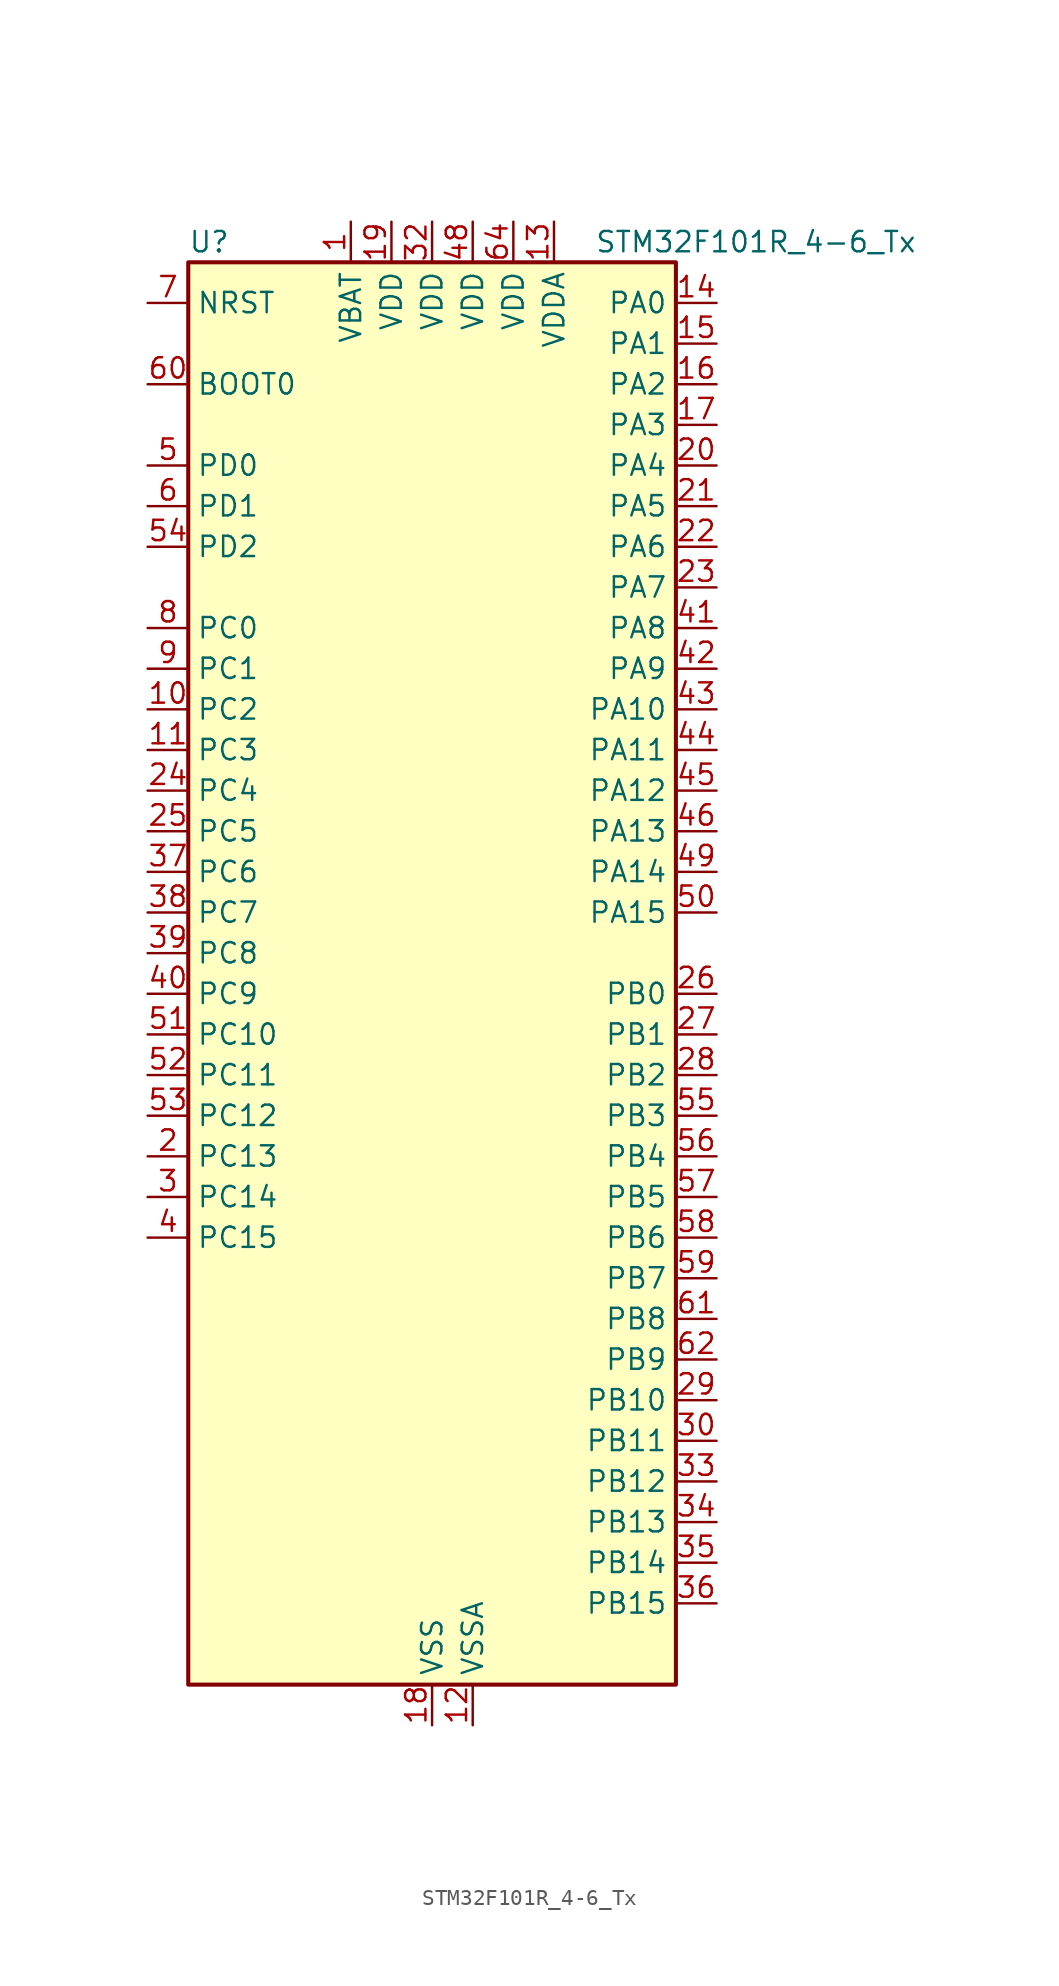
<source format=kicad_sym>
(kicad_symbol_lib
  (version 20231120)
  (generator "kicad_symbol_editor")
  (generator_version "8.0")
  (symbol "STM32F101R_4-6_Tx"
    (property "Reference" "U"
      (at -15.24 46.99 0)
      (effects (font (size 1.27 1.27)) (justify left)))
    (property "Value" "STM32F101R_4-6_Tx"
      (at 10.16 46.99 0)
      (effects (font (size 1.27 1.27)) (justify left)))
    (property "ki_locked" ""
      (at 0 0 0)
      (effects (font (size 1.27 1.27))))
    (symbol "STM32F101R_4-6_Tx_0_1"
      (rectangle (start -15.24 -43.18) (end 15.24 45.72) (stroke (width 0.254) (type default)) (fill (type background))))
    (symbol "STM32F101R_4-6_Tx_1_1"
      (pin power_in line (at -5.08 48.26 270) (length 2.54) (name "VBAT" (effects (font (size 1.27 1.27)))) (number "1" (effects (font (size 1.27 1.27)))))
      (pin bidirectional line (at -17.78 17.78 0) (length 2.54) (name "PC2" (effects (font (size 1.27 1.27)))) (number "10" (effects (font (size 1.27 1.27)))) (alternate "ADC1_IN12" bidirectional line))
      (pin bidirectional line (at -17.78 15.24 0) (length 2.54) (name "PC3" (effects (font (size 1.27 1.27)))) (number "11" (effects (font (size 1.27 1.27)))) (alternate "ADC1_IN13" bidirectional line))
      (pin power_in line (at 2.54 -45.72 90) (length 2.54) (name "VSSA" (effects (font (size 1.27 1.27)))) (number "12" (effects (font (size 1.27 1.27)))))
      (pin power_in line (at 7.62 48.26 270) (length 2.54) (name "VDDA" (effects (font (size 1.27 1.27)))) (number "13" (effects (font (size 1.27 1.27)))))
      (pin bidirectional line (at 17.78 43.18 180) (length 2.54) (name "PA0" (effects (font (size 1.27 1.27)))) (number "14" (effects (font (size 1.27 1.27)))) (alternate "ADC1_IN0" bidirectional line) (alternate "SYS_WKUP" bidirectional line) (alternate "TIM2_CH1" bidirectional line) (alternate "TIM2_ETR" bidirectional line) (alternate "USART2_CTS" bidirectional line))
      (pin bidirectional line (at 17.78 40.64 180) (length 2.54) (name "PA1" (effects (font (size 1.27 1.27)))) (number "15" (effects (font (size 1.27 1.27)))) (alternate "ADC1_IN1" bidirectional line) (alternate "TIM2_CH2" bidirectional line) (alternate "USART2_RTS" bidirectional line))
      (pin bidirectional line (at 17.78 38.1 180) (length 2.54) (name "PA2" (effects (font (size 1.27 1.27)))) (number "16" (effects (font (size 1.27 1.27)))) (alternate "ADC1_IN2" bidirectional line) (alternate "TIM2_CH3" bidirectional line) (alternate "USART2_TX" bidirectional line))
      (pin bidirectional line (at 17.78 35.56 180) (length 2.54) (name "PA3" (effects (font (size 1.27 1.27)))) (number "17" (effects (font (size 1.27 1.27)))) (alternate "ADC1_IN3" bidirectional line) (alternate "TIM2_CH4" bidirectional line) (alternate "USART2_RX" bidirectional line))
      (pin power_in line (at 0 -45.72 90) (length 2.54) (name "VSS" (effects (font (size 1.27 1.27)))) (number "18" (effects (font (size 1.27 1.27)))))
      (pin power_in line (at -2.54 48.26 270) (length 2.54) (name "VDD" (effects (font (size 1.27 1.27)))) (number "19" (effects (font (size 1.27 1.27)))))
      (pin bidirectional line (at -17.78 -10.16 0) (length 2.54) (name "PC13" (effects (font (size 1.27 1.27)))) (number "2" (effects (font (size 1.27 1.27)))) (alternate "RTC_OUT" bidirectional line) (alternate "RTC_TAMPER" bidirectional line))
      (pin bidirectional line (at 17.78 33.02 180) (length 2.54) (name "PA4" (effects (font (size 1.27 1.27)))) (number "20" (effects (font (size 1.27 1.27)))) (alternate "ADC1_IN4" bidirectional line) (alternate "SPI1_NSS" bidirectional line) (alternate "USART2_CK" bidirectional line))
      (pin bidirectional line (at 17.78 30.48 180) (length 2.54) (name "PA5" (effects (font (size 1.27 1.27)))) (number "21" (effects (font (size 1.27 1.27)))) (alternate "ADC1_IN5" bidirectional line) (alternate "SPI1_SCK" bidirectional line))
      (pin bidirectional line (at 17.78 27.94 180) (length 2.54) (name "PA6" (effects (font (size 1.27 1.27)))) (number "22" (effects (font (size 1.27 1.27)))) (alternate "ADC1_IN6" bidirectional line) (alternate "SPI1_MISO" bidirectional line) (alternate "TIM3_CH1" bidirectional line))
      (pin bidirectional line (at 17.78 25.4 180) (length 2.54) (name "PA7" (effects (font (size 1.27 1.27)))) (number "23" (effects (font (size 1.27 1.27)))) (alternate "ADC1_IN7" bidirectional line) (alternate "SPI1_MOSI" bidirectional line) (alternate "TIM3_CH2" bidirectional line))
      (pin bidirectional line (at -17.78 12.7 0) (length 2.54) (name "PC4" (effects (font (size 1.27 1.27)))) (number "24" (effects (font (size 1.27 1.27)))) (alternate "ADC1_IN14" bidirectional line))
      (pin bidirectional line (at -17.78 10.16 0) (length 2.54) (name "PC5" (effects (font (size 1.27 1.27)))) (number "25" (effects (font (size 1.27 1.27)))) (alternate "ADC1_IN15" bidirectional line))
      (pin bidirectional line (at 17.78 0 180) (length 2.54) (name "PB0" (effects (font (size 1.27 1.27)))) (number "26" (effects (font (size 1.27 1.27)))) (alternate "ADC1_IN8" bidirectional line) (alternate "TIM3_CH3" bidirectional line))
      (pin bidirectional line (at 17.78 -2.54 180) (length 2.54) (name "PB1" (effects (font (size 1.27 1.27)))) (number "27" (effects (font (size 1.27 1.27)))) (alternate "ADC1_IN9" bidirectional line) (alternate "TIM3_CH4" bidirectional line))
      (pin bidirectional line (at 17.78 -5.08 180) (length 2.54) (name "PB2" (effects (font (size 1.27 1.27)))) (number "28" (effects (font (size 1.27 1.27)))))
      (pin bidirectional line (at 17.78 -25.4 180) (length 2.54) (name "PB10" (effects (font (size 1.27 1.27)))) (number "29" (effects (font (size 1.27 1.27)))) (alternate "TIM2_CH3" bidirectional line))
      (pin bidirectional line (at -17.78 -12.7 0) (length 2.54) (name "PC14" (effects (font (size 1.27 1.27)))) (number "3" (effects (font (size 1.27 1.27)))) (alternate "RCC_OSC32_IN" bidirectional line))
      (pin bidirectional line (at 17.78 -27.94 180) (length 2.54) (name "PB11" (effects (font (size 1.27 1.27)))) (number "30" (effects (font (size 1.27 1.27)))) (alternate "ADC1_EXTI11" bidirectional line) (alternate "TIM2_CH4" bidirectional line))
      (pin passive line (at 0 -45.72 90) (length 2.54) hide (name "VSS" (effects (font (size 1.27 1.27)))) (number "31" (effects (font (size 1.27 1.27)))))
      (pin power_in line (at 0 48.26 270) (length 2.54) (name "VDD" (effects (font (size 1.27 1.27)))) (number "32" (effects (font (size 1.27 1.27)))))
      (pin bidirectional line (at 17.78 -30.48 180) (length 2.54) (name "PB12" (effects (font (size 1.27 1.27)))) (number "33" (effects (font (size 1.27 1.27)))))
      (pin bidirectional line (at 17.78 -33.02 180) (length 2.54) (name "PB13" (effects (font (size 1.27 1.27)))) (number "34" (effects (font (size 1.27 1.27)))))
      (pin bidirectional line (at 17.78 -35.56 180) (length 2.54) (name "PB14" (effects (font (size 1.27 1.27)))) (number "35" (effects (font (size 1.27 1.27)))))
      (pin bidirectional line (at 17.78 -38.1 180) (length 2.54) (name "PB15" (effects (font (size 1.27 1.27)))) (number "36" (effects (font (size 1.27 1.27)))) (alternate "ADC1_EXTI15" bidirectional line))
      (pin bidirectional line (at -17.78 7.62 0) (length 2.54) (name "PC6" (effects (font (size 1.27 1.27)))) (number "37" (effects (font (size 1.27 1.27)))) (alternate "TIM3_CH1" bidirectional line))
      (pin bidirectional line (at -17.78 5.08 0) (length 2.54) (name "PC7" (effects (font (size 1.27 1.27)))) (number "38" (effects (font (size 1.27 1.27)))) (alternate "TIM3_CH2" bidirectional line))
      (pin bidirectional line (at -17.78 2.54 0) (length 2.54) (name "PC8" (effects (font (size 1.27 1.27)))) (number "39" (effects (font (size 1.27 1.27)))) (alternate "TIM3_CH3" bidirectional line))
      (pin bidirectional line (at -17.78 -15.24 0) (length 2.54) (name "PC15" (effects (font (size 1.27 1.27)))) (number "4" (effects (font (size 1.27 1.27)))) (alternate "ADC1_EXTI15" bidirectional line) (alternate "RCC_OSC32_OUT" bidirectional line))
      (pin bidirectional line (at -17.78 0 0) (length 2.54) (name "PC9" (effects (font (size 1.27 1.27)))) (number "40" (effects (font (size 1.27 1.27)))) (alternate "TIM3_CH4" bidirectional line))
      (pin bidirectional line (at 17.78 22.86 180) (length 2.54) (name "PA8" (effects (font (size 1.27 1.27)))) (number "41" (effects (font (size 1.27 1.27)))) (alternate "RCC_MCO" bidirectional line) (alternate "USART1_CK" bidirectional line))
      (pin bidirectional line (at 17.78 20.32 180) (length 2.54) (name "PA9" (effects (font (size 1.27 1.27)))) (number "42" (effects (font (size 1.27 1.27)))) (alternate "USART1_TX" bidirectional line))
      (pin bidirectional line (at 17.78 17.78 180) (length 2.54) (name "PA10" (effects (font (size 1.27 1.27)))) (number "43" (effects (font (size 1.27 1.27)))) (alternate "USART1_RX" bidirectional line))
      (pin bidirectional line (at 17.78 15.24 180) (length 2.54) (name "PA11" (effects (font (size 1.27 1.27)))) (number "44" (effects (font (size 1.27 1.27)))) (alternate "ADC1_EXTI11" bidirectional line) (alternate "USART1_CTS" bidirectional line))
      (pin bidirectional line (at 17.78 12.7 180) (length 2.54) (name "PA12" (effects (font (size 1.27 1.27)))) (number "45" (effects (font (size 1.27 1.27)))) (alternate "USART1_RTS" bidirectional line))
      (pin bidirectional line (at 17.78 10.16 180) (length 2.54) (name "PA13" (effects (font (size 1.27 1.27)))) (number "46" (effects (font (size 1.27 1.27)))) (alternate "SYS_JTMS-SWDIO" bidirectional line))
      (pin passive line (at 0 -45.72 90) (length 2.54) hide (name "VSS" (effects (font (size 1.27 1.27)))) (number "47" (effects (font (size 1.27 1.27)))))
      (pin power_in line (at 2.54 48.26 270) (length 2.54) (name "VDD" (effects (font (size 1.27 1.27)))) (number "48" (effects (font (size 1.27 1.27)))))
      (pin bidirectional line (at 17.78 7.62 180) (length 2.54) (name "PA14" (effects (font (size 1.27 1.27)))) (number "49" (effects (font (size 1.27 1.27)))) (alternate "SYS_JTCK-SWCLK" bidirectional line))
      (pin bidirectional line (at -17.78 33.02 0) (length 2.54) (name "PD0" (effects (font (size 1.27 1.27)))) (number "5" (effects (font (size 1.27 1.27)))) (alternate "RCC_OSC_IN" bidirectional line))
      (pin bidirectional line (at 17.78 5.08 180) (length 2.54) (name "PA15" (effects (font (size 1.27 1.27)))) (number "50" (effects (font (size 1.27 1.27)))) (alternate "ADC1_EXTI15" bidirectional line) (alternate "SPI1_NSS" bidirectional line) (alternate "SYS_JTDI" bidirectional line) (alternate "TIM2_CH1" bidirectional line) (alternate "TIM2_ETR" bidirectional line))
      (pin bidirectional line (at -17.78 -2.54 0) (length 2.54) (name "PC10" (effects (font (size 1.27 1.27)))) (number "51" (effects (font (size 1.27 1.27)))))
      (pin bidirectional line (at -17.78 -5.08 0) (length 2.54) (name "PC11" (effects (font (size 1.27 1.27)))) (number "52" (effects (font (size 1.27 1.27)))) (alternate "ADC1_EXTI11" bidirectional line))
      (pin bidirectional line (at -17.78 -7.62 0) (length 2.54) (name "PC12" (effects (font (size 1.27 1.27)))) (number "53" (effects (font (size 1.27 1.27)))))
      (pin bidirectional line (at -17.78 27.94 0) (length 2.54) (name "PD2" (effects (font (size 1.27 1.27)))) (number "54" (effects (font (size 1.27 1.27)))) (alternate "TIM3_ETR" bidirectional line))
      (pin bidirectional line (at 17.78 -7.62 180) (length 2.54) (name "PB3" (effects (font (size 1.27 1.27)))) (number "55" (effects (font (size 1.27 1.27)))) (alternate "SPI1_SCK" bidirectional line) (alternate "SYS_JTDO-TRACESWO" bidirectional line) (alternate "TIM2_CH2" bidirectional line))
      (pin bidirectional line (at 17.78 -10.16 180) (length 2.54) (name "PB4" (effects (font (size 1.27 1.27)))) (number "56" (effects (font (size 1.27 1.27)))) (alternate "SPI1_MISO" bidirectional line) (alternate "SYS_NJTRST" bidirectional line) (alternate "TIM3_CH1" bidirectional line))
      (pin bidirectional line (at 17.78 -12.7 180) (length 2.54) (name "PB5" (effects (font (size 1.27 1.27)))) (number "57" (effects (font (size 1.27 1.27)))) (alternate "I2C1_SMBA" bidirectional line) (alternate "SPI1_MOSI" bidirectional line) (alternate "TIM3_CH2" bidirectional line))
      (pin bidirectional line (at 17.78 -15.24 180) (length 2.54) (name "PB6" (effects (font (size 1.27 1.27)))) (number "58" (effects (font (size 1.27 1.27)))) (alternate "I2C1_SCL" bidirectional line) (alternate "USART1_TX" bidirectional line))
      (pin bidirectional line (at 17.78 -17.78 180) (length 2.54) (name "PB7" (effects (font (size 1.27 1.27)))) (number "59" (effects (font (size 1.27 1.27)))) (alternate "I2C1_SDA" bidirectional line) (alternate "USART1_RX" bidirectional line))
      (pin bidirectional line (at -17.78 30.48 0) (length 2.54) (name "PD1" (effects (font (size 1.27 1.27)))) (number "6" (effects (font (size 1.27 1.27)))) (alternate "RCC_OSC_OUT" bidirectional line))
      (pin input line (at -17.78 38.1 0) (length 2.54) (name "BOOT0" (effects (font (size 1.27 1.27)))) (number "60" (effects (font (size 1.27 1.27)))))
      (pin bidirectional line (at 17.78 -20.32 180) (length 2.54) (name "PB8" (effects (font (size 1.27 1.27)))) (number "61" (effects (font (size 1.27 1.27)))) (alternate "I2C1_SCL" bidirectional line))
      (pin bidirectional line (at 17.78 -22.86 180) (length 2.54) (name "PB9" (effects (font (size 1.27 1.27)))) (number "62" (effects (font (size 1.27 1.27)))) (alternate "I2C1_SDA" bidirectional line))
      (pin passive line (at 0 -45.72 90) (length 2.54) hide (name "VSS" (effects (font (size 1.27 1.27)))) (number "63" (effects (font (size 1.27 1.27)))))
      (pin power_in line (at 5.08 48.26 270) (length 2.54) (name "VDD" (effects (font (size 1.27 1.27)))) (number "64" (effects (font (size 1.27 1.27)))))
      (pin input line (at -17.78 43.18 0) (length 2.54) (name "NRST" (effects (font (size 1.27 1.27)))) (number "7" (effects (font (size 1.27 1.27)))))
      (pin bidirectional line (at -17.78 22.86 0) (length 2.54) (name "PC0" (effects (font (size 1.27 1.27)))) (number "8" (effects (font (size 1.27 1.27)))) (alternate "ADC1_IN10" bidirectional line))
      (pin bidirectional line (at -17.78 20.32 0) (length 2.54) (name "PC1" (effects (font (size 1.27 1.27)))) (number "9" (effects (font (size 1.27 1.27)))) (alternate "ADC1_IN11" bidirectional line)))))
</source>
